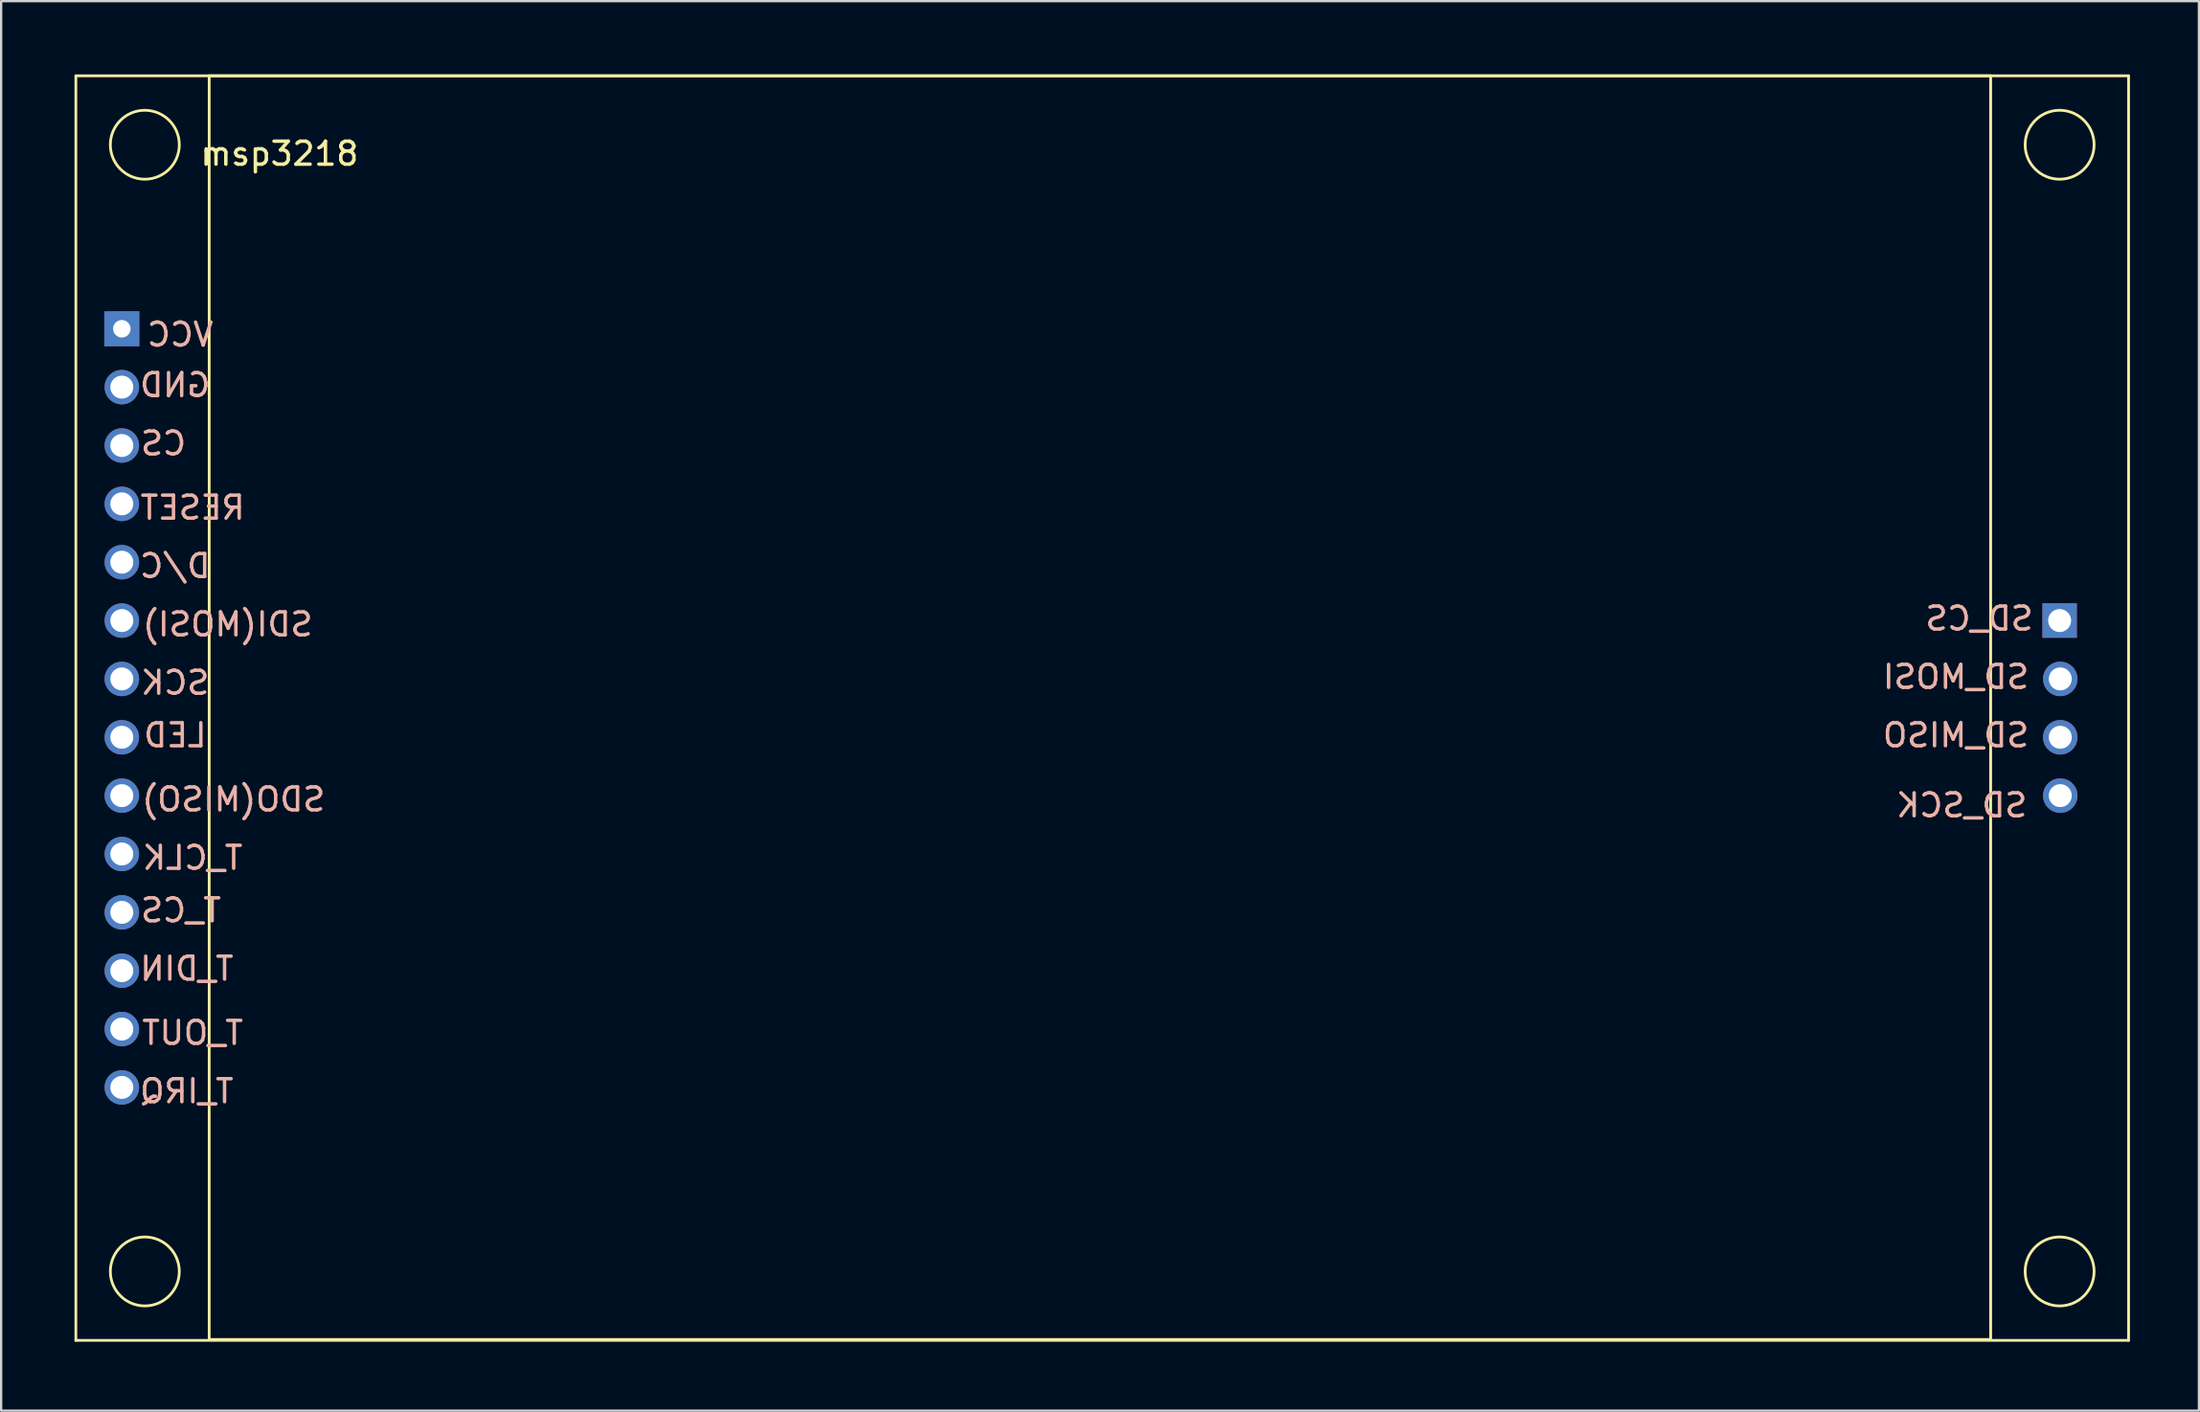
<source format=kicad_pcb>
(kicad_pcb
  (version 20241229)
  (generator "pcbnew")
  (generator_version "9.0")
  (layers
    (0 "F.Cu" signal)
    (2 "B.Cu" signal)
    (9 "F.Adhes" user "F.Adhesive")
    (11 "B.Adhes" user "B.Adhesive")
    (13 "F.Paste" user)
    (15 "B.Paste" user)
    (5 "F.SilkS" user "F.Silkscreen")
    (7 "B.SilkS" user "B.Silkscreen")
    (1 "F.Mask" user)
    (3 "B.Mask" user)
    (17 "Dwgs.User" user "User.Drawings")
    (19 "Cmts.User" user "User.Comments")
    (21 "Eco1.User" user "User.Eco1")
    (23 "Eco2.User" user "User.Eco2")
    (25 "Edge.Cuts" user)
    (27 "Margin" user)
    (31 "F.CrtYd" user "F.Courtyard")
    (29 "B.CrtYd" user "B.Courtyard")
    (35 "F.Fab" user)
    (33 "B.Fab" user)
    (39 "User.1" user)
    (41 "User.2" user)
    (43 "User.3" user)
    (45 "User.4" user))
  (footprint "msp3218"
    (layer "F.Cu")
    (at 0.25 0.25)
    (property "Reference" "msp3218" (at 8.858 3.39 0) (layer "F.SilkS") (effects (font (size 1 1) (thickness 0.15))))
    (attr through_hole)
    (fp_line (start 0 0) (end 89.3 0) (stroke (width 0.12) (type solid)) (layer "F.SilkS"))
    (fp_line (start 0 55.04) (end 0 0) (stroke (width 0.12) (type solid)) (layer "F.SilkS"))
    (fp_line (start 5.8 0) (end 83.3 0) (stroke (width 0.12) (type solid)) (layer "F.SilkS"))
    (fp_line (start 5.8 55) (end 5.8 0) (stroke (width 0.12) (type solid)) (layer "F.SilkS"))
    (fp_line (start 83.3 0) (end 83.3 55) (stroke (width 0.12) (type solid)) (layer "F.SilkS"))
    (fp_line (start 83.3 55) (end 5.8 55) (stroke (width 0.12) (type solid)) (layer "F.SilkS"))
    (fp_line (start 89.3 0) (end 89.3 55.04) (stroke (width 0.12) (type solid)) (layer "F.SilkS"))
    (fp_line (start 89.3 55.04) (end 0 55.04) (stroke (width 0.12) (type solid)) (layer "F.SilkS"))
    (fp_circle (center 3 3) (end 4.5 3) (stroke (width 0.12) (type solid)) (fill no) (layer "F.SilkS"))
    (fp_circle (center 3 52.04) (end 4.5 52.04) (stroke (width 0.12) (type solid)) (fill no) (layer "F.SilkS"))
    (fp_circle (center 86.3 3) (end 87.8 3) (stroke (width 0.12) (type solid)) (fill no) (layer "F.SilkS"))
    (fp_circle (center 86.3 52.04) (end 87.8 52.04) (stroke (width 0.12) (type solid)) (fill no) (layer "F.SilkS"))
    (fp_text user "LED" (at 4.318 28.702 0) (layer "B.SilkS") (effects (font (size 1 1) (thickness 0.15)) (justify mirror)))
    (fp_text user "SD_CS" (at 82.804 23.622 0) (layer "B.SilkS") (effects (font (size 1 1) (thickness 0.15)) (justify mirror)))
    (fp_text user "VCC" (at 4.54 11.264 180) (layer "B.SilkS") (effects (font (size 1 1) (thickness 0.15)) (justify mirror)))
    (fp_text user "SCK" (at 4.318 26.416 0) (layer "B.SilkS") (effects (font (size 1 1) (thickness 0.15)) (justify mirror)))
    (fp_text user "SD_MISO" (at 81.788 28.702 0) (layer "B.SilkS") (effects (font (size 1 1) (thickness 0.15)) (justify mirror)))
    (fp_text user "SD_MOSI" (at 81.788 26.162 0) (layer "B.SilkS") (effects (font (size 1 1) (thickness 0.15)) (justify mirror)))
    (fp_text user "SDI(MOSI)" (at 6.604 23.876 0) (layer "B.SilkS") (effects (font (size 1 1) (thickness 0.15)) (justify mirror)))
    (fp_text user "T_CLK" (at 5.08 34.036 0) (layer "B.SilkS") (effects (font (size 1 1) (thickness 0.15)) (justify mirror)))
    (fp_text user "T_CS" (at 4.572 36.322 0) (layer "B.SilkS") (effects (font (size 1 1) (thickness 0.15)) (justify mirror)))
    (fp_text user "CS" (at 3.81 16.002 0) (layer "B.SilkS") (effects (font (size 1 1) (thickness 0.15)) (justify mirror)))
    (fp_text user "SDO(MISO)" (at 6.858 31.496 0) (layer "B.SilkS") (effects (font (size 1 1) (thickness 0.15)) (justify mirror)))
    (fp_text user "T_OUT" (at 5.08 41.656 0) (layer "B.SilkS") (effects (font (size 1 1) (thickness 0.15)) (justify mirror)))
    (fp_text user "RESET" (at 5.08 18.796 0) (layer "B.SilkS") (effects (font (size 1 1) (thickness 0.15)) (justify mirror)))
    (fp_text user "GND" (at 4.318 13.462 0) (layer "B.SilkS") (effects (font (size 1 1) (thickness 0.15)) (justify mirror)))
    (fp_text user "D/C" (at 4.318 21.336 0) (layer "B.SilkS") (effects (font (size 1 1) (thickness 0.15)) (justify mirror)))
    (fp_text user "SD_SCK" (at 82.042 31.75 0) (layer "B.SilkS") (effects (font (size 1 1) (thickness 0.15)) (justify mirror)))
    (fp_text user "T_DIN" (at 4.826 38.862 0) (layer "B.SilkS") (effects (font (size 1 1) (thickness 0.15)) (justify mirror)))
    (fp_text user "T_IRQ" (at 4.826 44.196 0) (layer "B.SilkS") (effects (font (size 1 1) (thickness 0.15)) (justify mirror)))
    (pad "1" thru_hole rect (at 2 11.01) (size 1.524 1.524) (drill 0.762) (layers "*.Cu" "*.Mask"))
    (pad "2" thru_hole circle (at 2 13.55) (size 1.5 1.5) (drill 1) (layers "*.Cu" "*.Mask"))
    (pad "3" thru_hole circle (at 2 16.09) (size 1.5 1.5) (drill 1) (layers "*.Cu" "*.Mask"))
    (pad "4" thru_hole circle (at 2 18.63) (size 1.5 1.5) (drill 1) (layers "*.Cu" "*.Mask"))
    (pad "5" thru_hole circle (at 2 21.17) (size 1.5 1.5) (drill 1) (layers "*.Cu" "*.Mask"))
    (pad "6" thru_hole circle (at 2 23.71) (size 1.5 1.5) (drill 1) (layers "*.Cu" "*.Mask"))
    (pad "7" thru_hole circle (at 2 26.25) (size 1.5 1.5) (drill 1) (layers "*.Cu" "*.Mask"))
    (pad "8" thru_hole circle (at 2 28.79) (size 1.5 1.5) (drill 1) (layers "*.Cu" "*.Mask"))
    (pad "9" thru_hole circle (at 2 31.33) (size 1.5 1.5) (drill 1) (layers "*.Cu" "*.Mask"))
    (pad "10" thru_hole circle (at 2 33.87) (size 1.5 1.5) (drill 1) (layers "*.Cu" "*.Mask"))
    (pad "11" thru_hole circle (at 2 36.41) (size 1.5 1.5) (drill 1) (layers "*.Cu" "*.Mask"))
    (pad "12" thru_hole circle (at 2 38.95) (size 1.5 1.5) (drill 1) (layers "*.Cu" "*.Mask"))
    (pad "13" thru_hole circle (at 2 41.49) (size 1.5 1.5) (drill 1) (layers "*.Cu" "*.Mask"))
    (pad "14" thru_hole circle (at 2 44.03) (size 1.5 1.5) (drill 1) (layers "*.Cu" "*.Mask"))
    (pad "15" thru_hole rect (at 86.3 23.71) (size 1.5 1.5) (drill 1) (layers "*.Cu" "*.Mask"))
    (pad "16" thru_hole circle (at 86.328 26.25) (size 1.5 1.5) (drill 1) (layers "*.Cu" "*.Mask"))
    (pad "17" thru_hole circle (at 86.328 28.79) (size 1.5 1.5) (drill 1) (layers "*.Cu" "*.Mask"))
    (pad "18" thru_hole circle (at 86.328 31.33) (size 1.5 1.5) (drill 1) (layers "*.Cu" "*.Mask")))
  (gr_rect
    (start -3 -3)
    (end 92.61 58.35)
    (stroke (width 0.1) (type default))
    (fill no)
    (layer "Edge.Cuts")))
</source>
